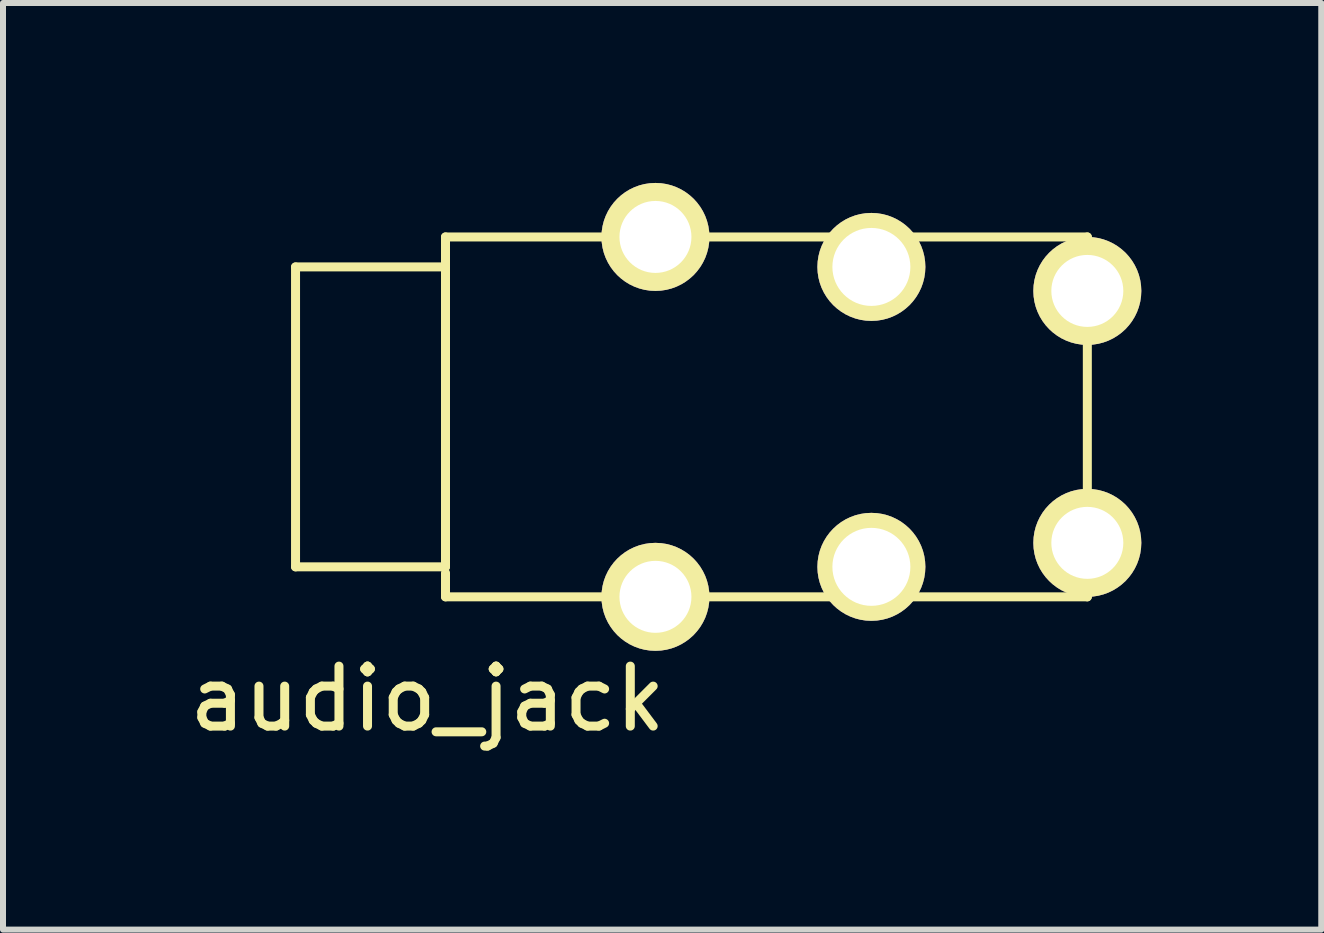
<source format=kicad_pcb>
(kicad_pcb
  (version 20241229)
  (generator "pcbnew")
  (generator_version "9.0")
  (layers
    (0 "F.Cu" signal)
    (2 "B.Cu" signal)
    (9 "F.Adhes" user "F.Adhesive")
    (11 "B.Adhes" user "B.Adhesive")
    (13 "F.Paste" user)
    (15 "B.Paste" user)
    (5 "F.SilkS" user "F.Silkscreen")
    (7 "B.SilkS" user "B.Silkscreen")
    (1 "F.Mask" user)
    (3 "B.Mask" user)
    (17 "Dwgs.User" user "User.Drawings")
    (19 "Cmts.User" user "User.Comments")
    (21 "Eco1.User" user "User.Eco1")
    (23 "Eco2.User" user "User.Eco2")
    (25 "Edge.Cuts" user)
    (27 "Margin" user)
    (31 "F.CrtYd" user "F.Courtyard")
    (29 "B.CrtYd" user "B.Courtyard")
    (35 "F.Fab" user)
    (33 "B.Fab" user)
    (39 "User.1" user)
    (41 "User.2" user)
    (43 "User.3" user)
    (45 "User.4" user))
  (footprint "audio_jack"
    (layer "F.Cu")
    (at 1.877 3.9)
    (property "Reference" "audio_jack" (at 2.2 4.7 0) (layer "F.SilkS") (effects (font (size 1 1) (thickness 0.15))))
    (attr through_hole)
    (fp_line (start 0 -2.5) (end 2.5 -2.5) (stroke (width 0.15) (type solid)) (layer "F.SilkS"))
    (fp_line (start 0 2.5) (end 0 -2.5) (stroke (width 0.15) (type solid)) (layer "F.SilkS"))
    (fp_line (start 2.5 -3) (end 13.2 -3) (stroke (width 0.15) (type solid)) (layer "F.SilkS"))
    (fp_line (start 2.5 -2.5) (end 2.5 -3) (stroke (width 0.15) (type solid)) (layer "F.SilkS"))
    (fp_line (start 2.5 -2.5) (end 2.5 2.5) (stroke (width 0.15) (type solid)) (layer "F.SilkS"))
    (fp_line (start 2.5 2.5) (end 0 2.5) (stroke (width 0.15) (type solid)) (layer "F.SilkS"))
    (fp_line (start 2.5 3) (end 2.5 2.6) (stroke (width 0.15) (type solid)) (layer "F.SilkS"))
    (fp_line (start 13.2 -3) (end 13.2 3) (stroke (width 0.15) (type solid)) (layer "F.SilkS"))
    (fp_line (start 13.2 3) (end 2.5 3) (stroke (width 0.15) (type solid)) (layer "F.SilkS"))
    (pad "" thru_hole circle (at 9.6 -2.5) (size 1.8 1.8) (drill 1.3) (layers "*.Cu" "*.Mask" "F.SilkS"))
    (pad "" thru_hole circle (at 9.6 2.5) (size 1.8 1.8) (drill 1.3) (layers "*.Cu" "*.Mask" "F.SilkS"))
    (pad "1" thru_hole circle (at 13.2 2.1) (size 1.8 1.8) (drill 1.2) (layers "*.Cu" "*.Mask" "F.SilkS"))
    (pad "2" thru_hole circle (at 13.2 -2.1) (size 1.8 1.8) (drill 1.2) (layers "*.Cu" "*.Mask" "F.SilkS"))
    (pad "3" thru_hole circle (at 6 -3) (size 1.8 1.8) (drill 1.2) (layers "*.Cu" "*.Mask" "F.SilkS"))
    (pad "3" thru_hole circle (at 6 3) (size 1.8 1.8) (drill 1.2) (layers "*.Cu" "*.Mask" "F.SilkS")))
  (gr_rect
    (start -3 -3)
    (end 18.977 12.448)
    (stroke (width 0.1) (type default))
    (fill no)
    (layer "Edge.Cuts")))
</source>
